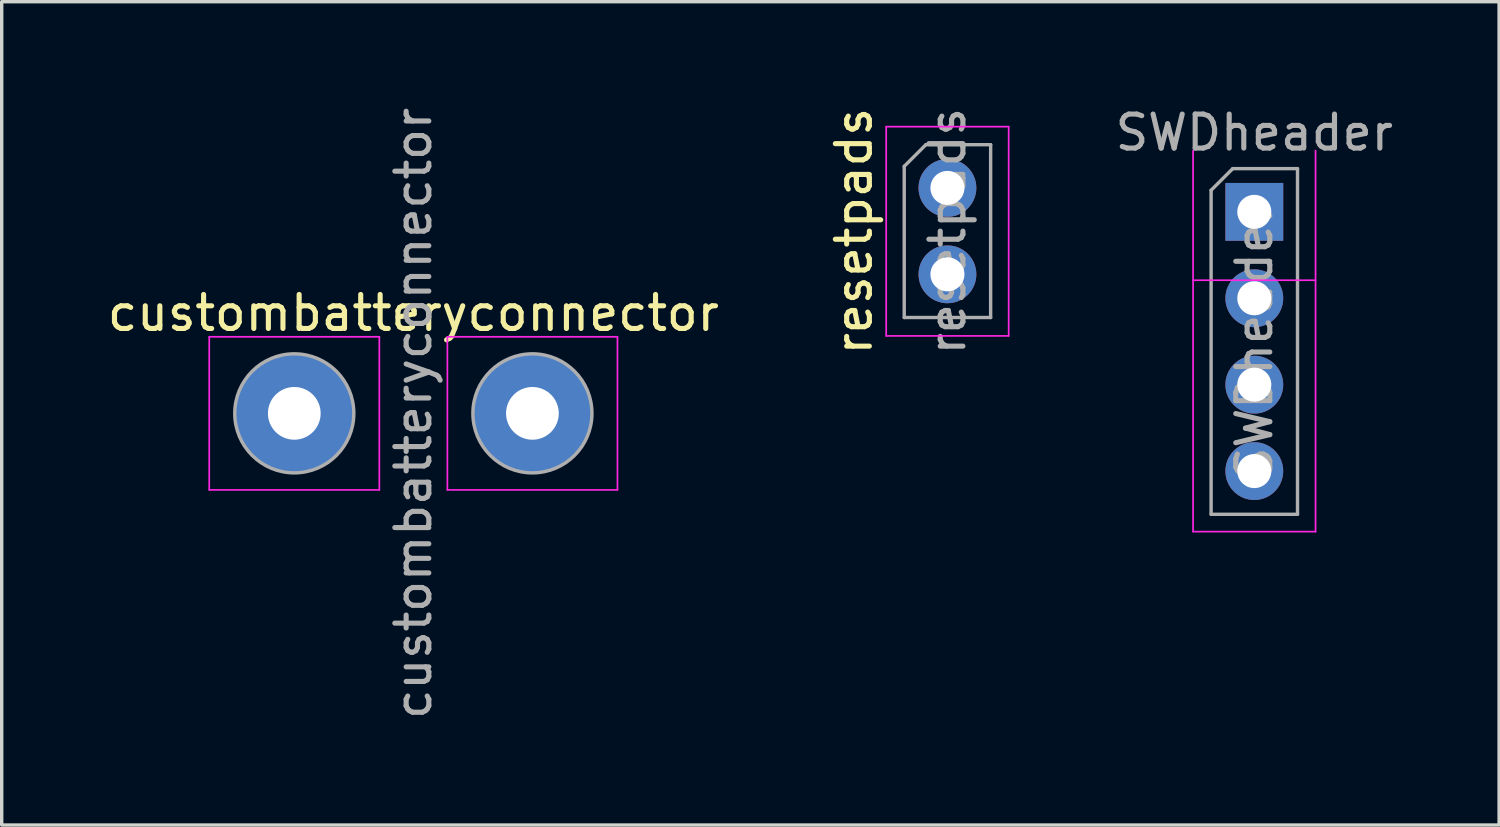
<source format=kicad_pcb>
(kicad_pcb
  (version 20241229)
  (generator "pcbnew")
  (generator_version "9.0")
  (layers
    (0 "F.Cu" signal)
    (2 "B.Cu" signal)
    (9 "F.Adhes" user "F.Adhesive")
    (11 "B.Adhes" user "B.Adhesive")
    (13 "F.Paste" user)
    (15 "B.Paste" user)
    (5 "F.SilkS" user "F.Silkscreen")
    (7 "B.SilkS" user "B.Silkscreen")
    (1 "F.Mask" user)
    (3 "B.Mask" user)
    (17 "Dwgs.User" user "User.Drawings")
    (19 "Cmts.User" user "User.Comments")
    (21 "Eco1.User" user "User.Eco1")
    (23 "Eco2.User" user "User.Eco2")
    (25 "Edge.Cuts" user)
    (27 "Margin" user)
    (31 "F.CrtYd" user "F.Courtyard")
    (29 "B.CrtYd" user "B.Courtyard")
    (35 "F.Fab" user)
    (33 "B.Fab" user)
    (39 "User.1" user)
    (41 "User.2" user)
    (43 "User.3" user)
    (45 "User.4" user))
  (footprint "custombatteryconnector"
    (layer "F.Cu")
    (at 9.001 9.101)
    (property "Reference" "custombatteryconnector" (at 0.1 -2.95 0) (layer "F.SilkS") (effects (font (size 1 1) (thickness 0.15))))
    (attr exclude_from_pos_files exclude_from_bom)
    (fp_line (start -5.9 -2.25) (end -5.9 2.25) (stroke (width 0.05) (type solid)) (layer "F.CrtYd"))
    (fp_line (start -5.9 2.25) (end -0.9 2.25) (stroke (width 0.05) (type solid)) (layer "F.CrtYd"))
    (fp_line (start -0.9 -2.25) (end -5.9 -2.25) (stroke (width 0.05) (type solid)) (layer "F.CrtYd"))
    (fp_line (start -0.9 2.25) (end -0.9 -2.25) (stroke (width 0.05) (type solid)) (layer "F.CrtYd"))
    (fp_line (start 1.1 -2.25) (end 1.1 2.25) (stroke (width 0.05) (type solid)) (layer "F.CrtYd"))
    (fp_line (start 1.1 2.25) (end 6.1 2.25) (stroke (width 0.05) (type solid)) (layer "F.CrtYd"))
    (fp_line (start 6.1 -2.25) (end 1.1 -2.25) (stroke (width 0.05) (type solid)) (layer "F.CrtYd"))
    (fp_line (start 6.1 2.25) (end 6.1 -2.25) (stroke (width 0.05) (type solid)) (layer "F.CrtYd"))
    (fp_circle (center -3.4 0) (end -1.65 0) (stroke (width 0.1) (type solid)) (fill no) (layer "F.Fab"))
    (fp_circle (center 3.6 0) (end 5.35 0) (stroke (width 0.1) (type solid)) (fill no) (layer "F.Fab"))
    (fp_text user "${REFERENCE}" (at 0.1 0 90) (layer "F.Fab") (effects (font (size 1 1) (thickness 0.15))))
    (pad "1" thru_hole circle (at -3.4 0) (size 3.5 3.5) (drill 1.55) (layers "*.Cu" "*.Mask"))
    (pad "2" thru_hole circle (at 3.6 0) (size 3.5 3.5) (drill 1.55) (layers "*.Cu" "*.Mask")))
  (footprint "resetpads"
    (layer "F.Cu")
    (at 24.801 3.744)
    (property "Reference" "resetpads" (at -2.75 0 90) (layer "F.SilkS") (effects (font (size 1 1) (thickness 0.15))))
    (attr through_hole)
    (fp_line (start -1.8 -3.07) (end -1.8 3.08) (stroke (width 0.05) (type solid)) (layer "F.CrtYd"))
    (fp_line (start -1.8 3.08) (end 1.8 3.08) (stroke (width 0.05) (type solid)) (layer "F.CrtYd"))
    (fp_line (start 1.8 -3.07) (end -1.8 -3.07) (stroke (width 0.05) (type solid)) (layer "F.CrtYd"))
    (fp_line (start 1.8 3.08) (end 1.8 -3.07) (stroke (width 0.05) (type solid)) (layer "F.CrtYd"))
    (fp_line (start -1.27 -1.905) (end -0.635 -2.54) (stroke (width 0.1) (type solid)) (layer "F.Fab"))
    (fp_line (start -1.27 2.54) (end -1.27 -1.905) (stroke (width 0.1) (type solid)) (layer "F.Fab"))
    (fp_line (start -0.635 -2.54) (end 1.27 -2.54) (stroke (width 0.1) (type solid)) (layer "F.Fab"))
    (fp_line (start 1.27 -2.54) (end 1.27 2.54) (stroke (width 0.1) (type solid)) (layer "F.Fab"))
    (fp_line (start 1.27 2.54) (end -1.27 2.54) (stroke (width 0.1) (type solid)) (layer "F.Fab"))
    (fp_text user "${REFERENCE}" (at 0 0 90) (layer "F.Fab") (effects (font (size 1 1) (thickness 0.15))))
    (pad "1" thru_hole circle (at 0 -1.27) (size 1.7 1.7) (drill 1) (layers "*.Cu" "*.Mask"))
    (pad "2" thru_hole oval (at 0 1.27) (size 1.7 1.7) (drill 1) (layers "*.Cu" "*.Mask")))
  (footprint "SWDheader"
    (layer "F.Cu")
    (at 33.822 6.988)
    (property "Reference" "SWDheader" (at 0 -6.14 0) (layer "F.Fab") (effects (font (size 1 1) (thickness 0.15))))
    (attr through_hole)
    (fp_line (start -1.8 -5.61) (end -1.8 5.59) (stroke (width 0.05) (type solid)) (layer "F.CrtYd"))
    (fp_line (start -1.8 5.59) (end 1.8 5.59) (stroke (width 0.05) (type solid)) (layer "F.CrtYd"))
    (fp_line (start 1.8 -1.8) (end -1.8 -1.8) (stroke (width 0.05) (type solid)) (layer "F.CrtYd"))
    (fp_line (start 1.8 5.59) (end 1.8 -5.61) (stroke (width 0.05) (type solid)) (layer "F.CrtYd"))
    (fp_line (start -1.27 -4.445) (end -0.635 -5.08) (stroke (width 0.1) (type solid)) (layer "F.Fab"))
    (fp_line (start -1.27 5.08) (end -1.27 -4.445) (stroke (width 0.1) (type solid)) (layer "F.Fab"))
    (fp_line (start -0.635 -5.08) (end 1.27 -5.08) (stroke (width 0.1) (type solid)) (layer "F.Fab"))
    (fp_line (start 1.27 -5.08) (end 1.27 5.08) (stroke (width 0.1) (type solid)) (layer "F.Fab"))
    (fp_line (start 1.27 5.08) (end -1.27 5.08) (stroke (width 0.1) (type solid)) (layer "F.Fab"))
    (fp_text user "${REFERENCE}" (at 0 0 270) (layer "F.Fab") (effects (font (size 1 1) (thickness 0.15))))
    (pad "1" thru_hole rect (at 0 -3.81) (size 1.7 1.7) (drill 1) (layers "*.Cu" "*.Mask"))
    (pad "2" thru_hole oval (at 0 -1.27) (size 1.7 1.7) (drill 1) (layers "*.Cu" "*.Mask"))
    (pad "3" thru_hole oval (at 0 1.27) (size 1.7 1.7) (drill 1) (layers "*.Cu" "*.Mask"))
    (pad "4" thru_hole oval (at 0 3.81) (size 1.7 1.7) (drill 1) (layers "*.Cu" "*.Mask")))
  (gr_rect
    (start -3 -3)
    (end 41.018 21.202)
    (stroke (width 0.1) (type default))
    (fill no)
    (layer "Edge.Cuts")))
</source>
